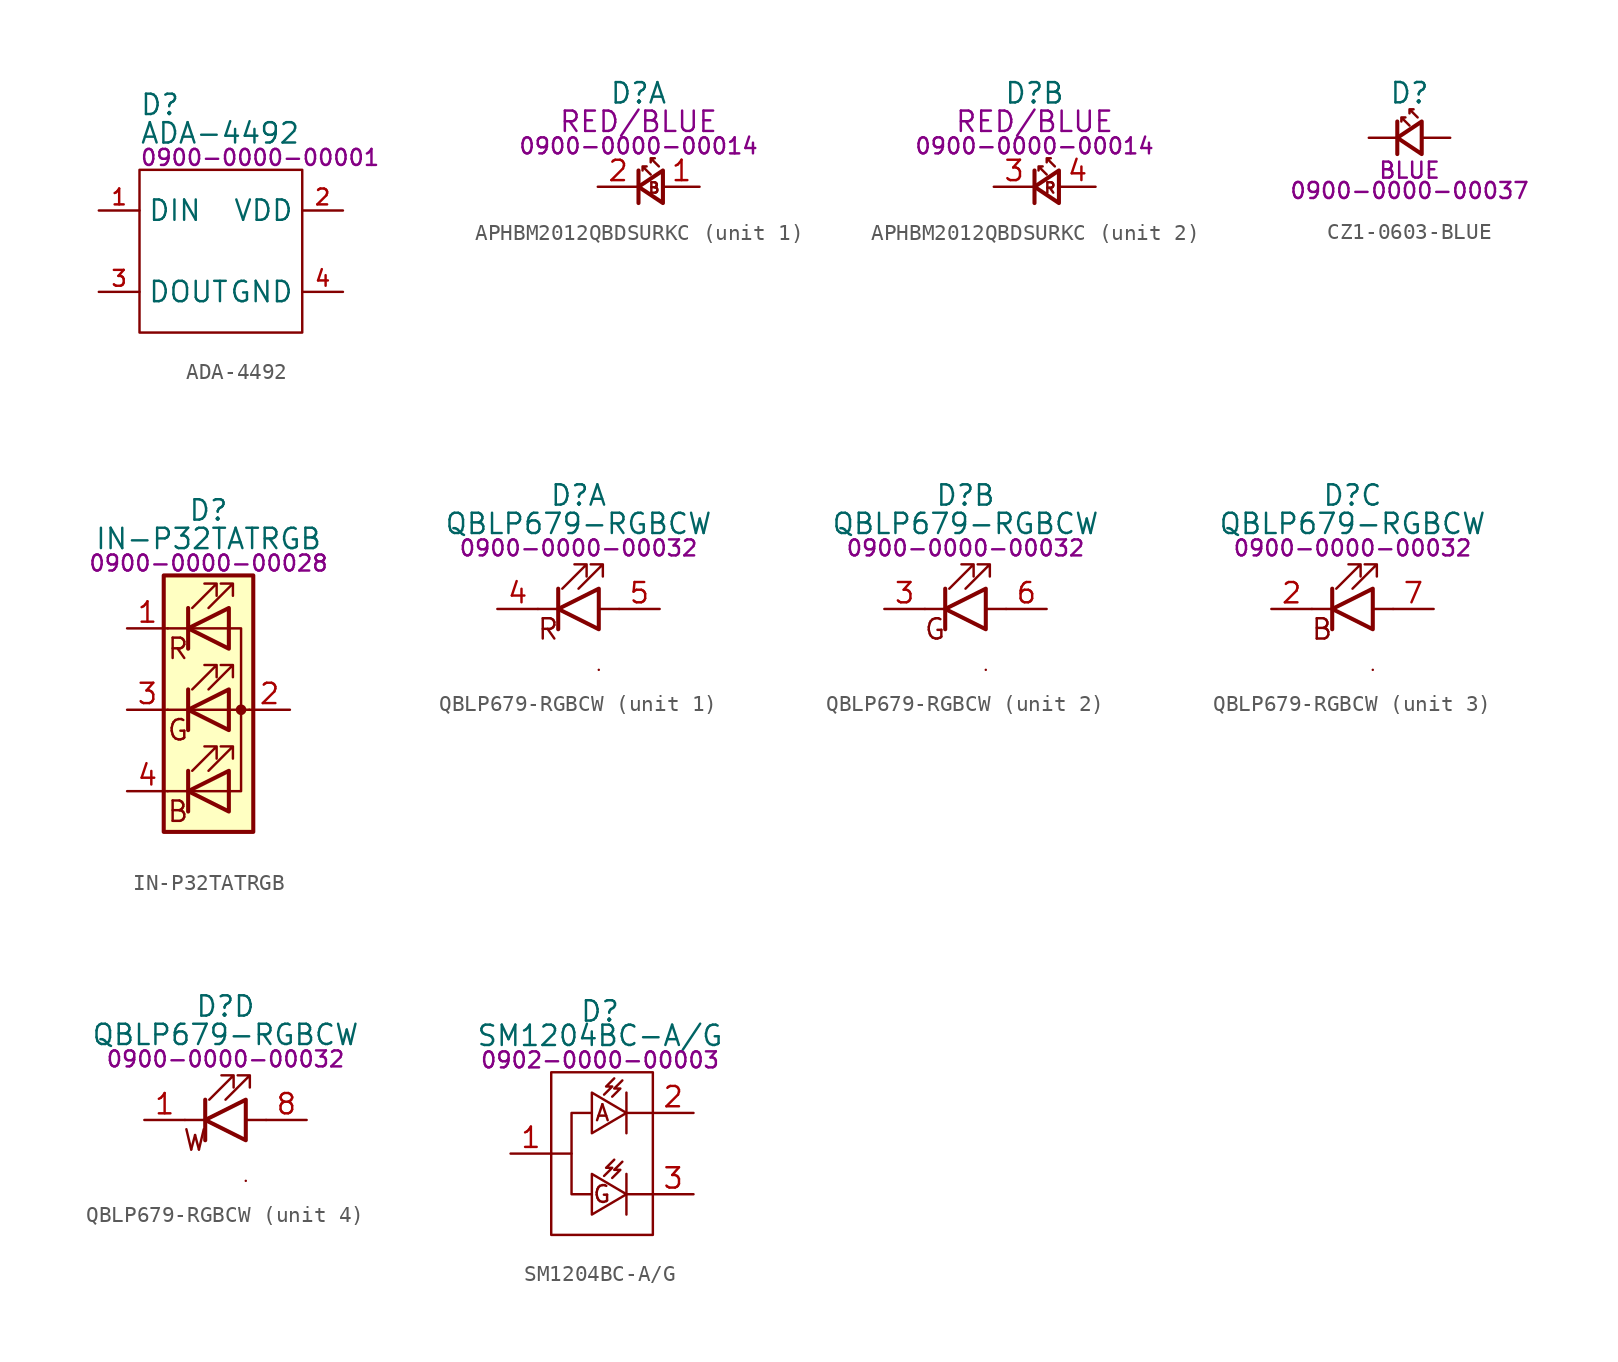
<source format=kicad_sym>
(kicad_symbol_lib
  (version 20231120)
  (generator "kicad_symbol_editor")
  (generator_version "8.0")
  (symbol "ADA-4492"
    (property "Reference" "D"
      (at 0 4.064 0)
      (effects (font (size 1.27 1.27)) (justify left)))
    (property "Value" "ADA-4492"
      (at 0 2.286 0)
      (effects (font (size 1.27 1.27)) (justify left)))
    (property "PartNumber" "0900-0000-00001"
      (at 0 0.762 0)
      (effects (font (size 1 1)) (justify left)))
    (symbol "ADA-4492_0_0"
      (pin input line (at -2.54 -2.54 0) (length 2.54) (name "DIN" (effects (font (size 1.27 1.27)))) (number "1" (effects (font (size 0.991 0.991)))))
      (pin power_in line (at 12.7 -2.54 180) (length 2.54) (name "VDD" (effects (font (size 1.27 1.27)))) (number "2" (effects (font (size 0.991 0.991)))))
      (pin output line (at -2.54 -7.62 0) (length 2.54) (name "DOUT" (effects (font (size 1.27 1.27)))) (number "3" (effects (font (size 0.991 0.991)))))
      (pin power_in line (at 12.7 -7.62 180) (length 2.54) (name "GND" (effects (font (size 1.27 1.27)))) (number "4" (effects (font (size 0.991 0.991))))))
    (symbol "ADA-4492_0_1"
      (rectangle (start 0 0) (end 10.16 -10.16) (stroke (width 0) (type default)) (fill (type none)))))
  (symbol "APHBM2012QBDSURKC"
    (property "Reference" "D"
      (at 0 5.842 0)
      (effects (font (size 1.27 1.27))))
    (property "Color" "RED/BLUE"
      (at 0 4.064 0)
      (effects (font (size 1.27 1.27))))
    (property "PartNumber" "0900-0000-00014"
      (at 0 2.54 0)
      (effects (font (size 1 1))))
    (property "ki_locked" ""
      (at 0 0 0)
      (effects (font (size 1.27 1.27))))
    (symbol "APHBM2012QBDSURKC_0_1"
      (polyline (pts (xy 0 -1.016) (xy 0 1.016)) (stroke (width 0.254) (type default)) (fill (type none)))
      (polyline (pts (xy 1.524 -1.016) (xy 0 0) (xy 1.524 1.016) (xy 1.524 -1.016)) (stroke (width 0.254) (type default)) (fill (type none)))
      (polyline (pts (xy 0.762 0.762) (xy 0.254 1.27) (xy 0.508 1.27) (xy 0.254 1.27) (xy 0.254 1.016)) (stroke (width 0) (type default)) (fill (type none)))
      (polyline (pts (xy 1.27 1.27) (xy 0.762 1.778) (xy 1.016 1.778) (xy 0.762 1.778) (xy 0.762 1.524)) (stroke (width 0) (type default)) (fill (type none))))
    (symbol "APHBM2012QBDSURKC_1_0"
      (pin passive line (at 3.81 0 180) (length 2.25) (name "B-A" (effects (font (size 0 0)))) (number "1" (effects (font (size 1.27 1.27)))))
      (pin passive line (at -2.54 0 0) (length 2.54) (name "B-K" (effects (font (size 0 0)))) (number "2" (effects (font (size 1.27 1.27))))))
    (symbol "APHBM2012QBDSURKC_1_1"
      (text "B" (at 1.397 -0.076 0) (effects (font (size 0.65 0.65)) (justify right))))
    (symbol "APHBM2012QBDSURKC_2_0"
      (pin passive line (at -2.54 0 0) (length 2.54) (name "R-K" (effects (font (size 0 0)))) (number "3" (effects (font (size 1.27 1.27)))))
      (pin passive line (at 3.81 0 180) (length 2.25) (name "R-A" (effects (font (size 0 0)))) (number "4" (effects (font (size 1.27 1.27))))))
    (symbol "APHBM2012QBDSURKC_2_1"
      (text "R" (at 1.397 -0.076 0) (effects (font (size 0.65 0.65)) (justify right)))))
  (symbol "CZ1-0603-BLUE"
    (pin_numbers hide)
    (pin_names hide)
    (property "Reference" "D"
      (at 0 2.794 0)
      (effects (font (size 1.27 1.27))))
    (property "PartNumber" "0900-0000-00037"
      (at 0 -3.302 0)
      (effects (font (size 1 1))))
    (property "Color" "BLUE"
      (at 0 -2.032 0)
      (effects (font (size 1 1))))
    (symbol "CZ1-0603-BLUE_0_1"
      (polyline (pts (xy -0.762 -1.016) (xy -0.762 1.016)) (stroke (width 0.254) (type default)) (fill (type none)))
      (polyline (pts (xy 0.762 -1.016) (xy -0.762 0) (xy 0.762 1.016) (xy 0.762 -1.016)) (stroke (width 0.254) (type default)) (fill (type none)))
      (polyline (pts (xy 0 0.762) (xy -0.508 1.27) (xy -0.254 1.27) (xy -0.508 1.27) (xy -0.508 1.016)) (stroke (width 0) (type default)) (fill (type none)))
      (polyline (pts (xy 0.508 1.27) (xy 0 1.778) (xy 0.254 1.778) (xy 0 1.778) (xy 0 1.524)) (stroke (width 0) (type default)) (fill (type none))))
    (symbol "CZ1-0603-BLUE_1_1"
      (pin passive line (at -2.54 0 0) (length 1.778) (name "K" (effects (font (size 1.27 1.27)))) (number "1" (effects (font (size 1.27 1.27)))))
      (pin passive line (at 2.54 0 180) (length 1.778) (name "A" (effects (font (size 1.27 1.27)))) (number "2" (effects (font (size 1.27 1.27)))))))
  (symbol "IN-P32TATRGB"
    (pin_names
      (offset 0) hide)
    (property "Reference" "D"
      (at 0 12.446 0)
      (effects (font (size 1.27 1.27))))
    (property "Value" "IN-P32TATRGB"
      (at 0 10.668 0)
      (effects (font (size 1.27 1.27))))
    (property "PartNumber" "0900-0000-00028"
      (at 0 9.144 0)
      (effects (font (size 1 1))))
    (symbol "IN-P32TATRGB_0_0"
      (text "B" (at -1.905 -6.35 0) (effects (font (size 1.27 1.27))))
      (text "G" (at -1.905 -1.27 0) (effects (font (size 1.27 1.27))))
      (text "R" (at -1.905 3.81 0) (effects (font (size 1.27 1.27)))))
    (symbol "IN-P32TATRGB_0_1"
      (polyline (pts (xy -1.27 -5.08) (xy -2.54 -5.08)) (stroke (width 0) (type default)) (fill (type none)))
      (polyline (pts (xy -1.27 -5.08) (xy 1.27 -5.08)) (stroke (width 0) (type default)) (fill (type none)))
      (polyline (pts (xy -1.27 -3.81) (xy -1.27 -6.35)) (stroke (width 0.254) (type default)) (fill (type none)))
      (polyline (pts (xy -1.27 0) (xy -2.54 0)) (stroke (width 0) (type default)) (fill (type none)))
      (polyline (pts (xy -1.27 1.27) (xy -1.27 -1.27)) (stroke (width 0.254) (type default)) (fill (type none)))
      (polyline (pts (xy -1.27 5.08) (xy -2.54 5.08)) (stroke (width 0) (type default)) (fill (type none)))
      (polyline (pts (xy -1.27 5.08) (xy 1.27 5.08)) (stroke (width 0) (type default)) (fill (type none)))
      (polyline (pts (xy -1.27 6.35) (xy -1.27 3.81)) (stroke (width 0.254) (type default)) (fill (type none)))
      (polyline (pts (xy 1.27 0) (xy -1.27 0)) (stroke (width 0) (type default)) (fill (type none)))
      (polyline (pts (xy 1.27 0) (xy 2.54 0)) (stroke (width 0) (type default)) (fill (type none)))
      (polyline (pts (xy -1.27 1.27) (xy -1.27 -1.27) (xy -1.27 -1.27)) (stroke (width 0) (type default)) (fill (type none)))
      (polyline (pts (xy -1.27 6.35) (xy -1.27 3.81) (xy -1.27 3.81)) (stroke (width 0) (type default)) (fill (type none)))
      (polyline (pts (xy 1.27 -5.08) (xy 2.032 -5.08) (xy 2.032 5.08) (xy 1.27 5.08)) (stroke (width 0) (type default)) (fill (type none)))
      (polyline (pts (xy 1.27 -3.81) (xy 1.27 -6.35) (xy -1.27 -5.08) (xy 1.27 -3.81)) (stroke (width 0.254) (type default)) (fill (type none)))
      (polyline (pts (xy 1.27 1.27) (xy 1.27 -1.27) (xy -1.27 0) (xy 1.27 1.27)) (stroke (width 0.254) (type default)) (fill (type none)))
      (polyline (pts (xy 1.27 6.35) (xy 1.27 3.81) (xy -1.27 5.08) (xy 1.27 6.35)) (stroke (width 0.254) (type default)) (fill (type none)))
      (polyline (pts (xy -1.016 -3.81) (xy 0.508 -2.286) (xy -0.254 -2.286) (xy 0.508 -2.286) (xy 0.508 -3.048)) (stroke (width 0) (type default)) (fill (type none)))
      (polyline (pts (xy -1.016 1.27) (xy 0.508 2.794) (xy -0.254 2.794) (xy 0.508 2.794) (xy 0.508 2.032)) (stroke (width 0) (type default)) (fill (type none)))
      (polyline (pts (xy -1.016 6.35) (xy 0.508 7.874) (xy -0.254 7.874) (xy 0.508 7.874) (xy 0.508 7.112)) (stroke (width 0) (type default)) (fill (type none)))
      (polyline (pts (xy 0 -3.81) (xy 1.524 -2.286) (xy 0.762 -2.286) (xy 1.524 -2.286) (xy 1.524 -3.048)) (stroke (width 0) (type default)) (fill (type none)))
      (polyline (pts (xy 0 1.27) (xy 1.524 2.794) (xy 0.762 2.794) (xy 1.524 2.794) (xy 1.524 2.032)) (stroke (width 0) (type default)) (fill (type none)))
      (polyline (pts (xy 0 6.35) (xy 1.524 7.874) (xy 0.762 7.874) (xy 1.524 7.874) (xy 1.524 7.112)) (stroke (width 0) (type default)) (fill (type none)))
      (rectangle (start 1.27 -1.27) (end 1.27 1.27) (stroke (width 0) (type default)) (fill (type none)))
      (rectangle (start 1.27 1.27) (end 1.27 1.27) (stroke (width 0) (type default)) (fill (type none)))
      (rectangle (start 1.27 3.81) (end 1.27 6.35) (stroke (width 0) (type default)) (fill (type none)))
      (rectangle (start 1.27 6.35) (end 1.27 6.35) (stroke (width 0) (type default)) (fill (type none)))
      (circle (center 2.032 0) (radius 0.254) (stroke (width 0) (type default)) (fill (type outline)))
      (rectangle (start 2.794 8.382) (end -2.794 -7.62) (stroke (width 0.254) (type default)) (fill (type background))))
    (symbol "IN-P32TATRGB_1_1"
      (pin passive line (at -5.08 5.08 0) (length 2.54) (name "RK" (effects (font (size 1.27 1.27)))) (number "1" (effects (font (size 1.27 1.27)))))
      (pin passive line (at 5.08 0 180) (length 2.54) (name "GK" (effects (font (size 1.27 1.27)))) (number "2" (effects (font (size 1.27 1.27)))))
      (pin passive line (at -5.08 0 0) (length 2.54) (name "BK" (effects (font (size 1.27 1.27)))) (number "3" (effects (font (size 1.27 1.27)))))
      (pin passive line (at -5.08 -5.08 0) (length 2.54) (name "A" (effects (font (size 1.27 1.27)))) (number "4" (effects (font (size 1.27 1.27)))))))
  (symbol "QBLP679-RGBCW"
    (pin_names
      (offset 0) hide)
    (property "Reference" "D"
      (at 0 7.112 0)
      (effects (font (size 1.27 1.27))))
    (property "Value" "QBLP679-RGBCW"
      (at 0 5.334 0)
      (effects (font (size 1.27 1.27))))
    (property "PartNumber" "0900-0000-00032"
      (at 0 3.81 0)
      (effects (font (size 1 1))))
    (property "ki_locked" ""
      (at 0 0 0)
      (effects (font (size 1.27 1.27))))
    (symbol "QBLP679-RGBCW_0_1"
      (rectangle (start 1.27 -3.81) (end 1.27 -3.81) (stroke (width 0) (type default)) (fill (type none)))
      (rectangle (start 1.27 1.27) (end 1.27 1.27) (stroke (width 0) (type default)) (fill (type none))))
    (symbol "QBLP679-RGBCW_1_0"
      (pin passive line (at -5.08 0 0) (length 2.54) (name "RK" (effects (font (size 0 0)))) (number "4" (effects (font (size 1.27 1.27)))))
      (pin passive line (at 5.08 0 180) (length 2.54) (name "RA" (effects (font (size 0 0)))) (number "5" (effects (font (size 1.27 1.27))))))
    (symbol "QBLP679-RGBCW_1_1"
      (polyline (pts (xy -1.27 0) (xy -2.54 0)) (stroke (width 0) (type default)) (fill (type none)))
      (polyline (pts (xy -1.27 1.27) (xy -1.27 -1.27)) (stroke (width 0.254) (type default)) (fill (type none)))
      (polyline (pts (xy 2.54 0) (xy 1.27 0)) (stroke (width 0) (type default)) (fill (type none)))
      (polyline (pts (xy 1.27 1.27) (xy 1.27 -1.27) (xy -1.27 0) (xy 1.27 1.27)) (stroke (width 0.254) (type default)) (fill (type none)))
      (polyline (pts (xy -1.016 1.27) (xy 0.508 2.794) (xy -0.254 2.794) (xy 0.508 2.794) (xy 0.508 2.032)) (stroke (width 0) (type default)) (fill (type none)))
      (polyline (pts (xy 0 1.27) (xy 1.524 2.794) (xy 0.762 2.794) (xy 1.524 2.794) (xy 1.524 2.032)) (stroke (width 0) (type default)) (fill (type none)))
      (text "R" (at -1.905 -1.27 0) (effects (font (size 1.27 1.27)))))
    (symbol "QBLP679-RGBCW_2_0"
      (pin passive line (at -5.08 0 0) (length 2.54) (name "GK" (effects (font (size 0 0)))) (number "3" (effects (font (size 1.27 1.27)))))
      (pin passive line (at 5.08 0 180) (length 2.54) (name "GA" (effects (font (size 0 0)))) (number "6" (effects (font (size 1.27 1.27))))))
    (symbol "QBLP679-RGBCW_2_1"
      (polyline (pts (xy -1.27 0) (xy -2.54 0)) (stroke (width 0) (type default)) (fill (type none)))
      (polyline (pts (xy -1.27 1.27) (xy -1.27 -1.27)) (stroke (width 0.254) (type default)) (fill (type none)))
      (polyline (pts (xy 2.54 0) (xy 1.27 0)) (stroke (width 0) (type default)) (fill (type none)))
      (polyline (pts (xy 1.27 1.27) (xy 1.27 -1.27) (xy -1.27 0) (xy 1.27 1.27)) (stroke (width 0.254) (type default)) (fill (type none)))
      (polyline (pts (xy -1.016 1.27) (xy 0.508 2.794) (xy -0.254 2.794) (xy 0.508 2.794) (xy 0.508 2.032)) (stroke (width 0) (type default)) (fill (type none)))
      (polyline (pts (xy 0 1.27) (xy 1.524 2.794) (xy 0.762 2.794) (xy 1.524 2.794) (xy 1.524 2.032)) (stroke (width 0) (type default)) (fill (type none)))
      (text "G" (at -1.905 -1.27 0) (effects (font (size 1.27 1.27)))))
    (symbol "QBLP679-RGBCW_3_0"
      (pin passive line (at -5.08 0 0) (length 2.54) (name "BK" (effects (font (size 0 0)))) (number "2" (effects (font (size 1.27 1.27)))))
      (pin passive line (at 5.08 0 180) (length 2.54) (name "BA" (effects (font (size 0 0)))) (number "7" (effects (font (size 1.27 1.27))))))
    (symbol "QBLP679-RGBCW_3_1"
      (polyline (pts (xy -1.27 0) (xy -2.54 0)) (stroke (width 0) (type default)) (fill (type none)))
      (polyline (pts (xy -1.27 1.27) (xy -1.27 -1.27)) (stroke (width 0.254) (type default)) (fill (type none)))
      (polyline (pts (xy 2.54 0) (xy 1.27 0)) (stroke (width 0) (type default)) (fill (type none)))
      (polyline (pts (xy 1.27 1.27) (xy 1.27 -1.27) (xy -1.27 0) (xy 1.27 1.27)) (stroke (width 0.254) (type default)) (fill (type none)))
      (polyline (pts (xy -1.016 1.27) (xy 0.508 2.794) (xy -0.254 2.794) (xy 0.508 2.794) (xy 0.508 2.032)) (stroke (width 0) (type default)) (fill (type none)))
      (polyline (pts (xy 0 1.27) (xy 1.524 2.794) (xy 0.762 2.794) (xy 1.524 2.794) (xy 1.524 2.032)) (stroke (width 0) (type default)) (fill (type none)))
      (text "B" (at -1.905 -1.27 0) (effects (font (size 1.27 1.27)))))
    (symbol "QBLP679-RGBCW_4_0"
      (pin passive line (at -5.08 0 0) (length 2.54) (name "WK" (effects (font (size 0 0)))) (number "1" (effects (font (size 1.27 1.27)))))
      (pin passive line (at 5.08 0 180) (length 2.54) (name "WA" (effects (font (size 0 0)))) (number "8" (effects (font (size 1.27 1.27))))))
    (symbol "QBLP679-RGBCW_4_1"
      (polyline (pts (xy -1.27 0) (xy -2.54 0)) (stroke (width 0) (type default)) (fill (type none)))
      (polyline (pts (xy -1.27 1.27) (xy -1.27 -1.27)) (stroke (width 0.254) (type default)) (fill (type none)))
      (polyline (pts (xy 2.54 0) (xy 1.27 0)) (stroke (width 0) (type default)) (fill (type none)))
      (polyline (pts (xy 1.27 1.27) (xy 1.27 -1.27) (xy -1.27 0) (xy 1.27 1.27)) (stroke (width 0.254) (type default)) (fill (type none)))
      (polyline (pts (xy -1.016 1.27) (xy 0.508 2.794) (xy -0.254 2.794) (xy 0.508 2.794) (xy 0.508 2.032)) (stroke (width 0) (type default)) (fill (type none)))
      (polyline (pts (xy 0 1.27) (xy 1.524 2.794) (xy 0.762 2.794) (xy 1.524 2.794) (xy 1.524 2.032)) (stroke (width 0) (type default)) (fill (type none)))
      (text "W" (at -1.905 -1.27 0) (effects (font (size 1.27 1.27))))))
  (symbol "SM1204BC-A/G"
    (property "Reference" "D"
      (at 3.048 8.89 0)
      (effects (font (size 1.27 1.27))))
    (property "Value" "SM1204BC-A{slash}G"
      (at 3.048 7.366 0)
      (effects (font (size 1.27 1.27))))
    (property "PartNumber" "0902-0000-00003"
      (at 3.048 5.842 0)
      (effects (font (size 1 1))))
    (symbol "SM1204BC-A/G_0_0"
      (polyline (pts (xy 4.699 -1.27) (xy 4.699 -3.81)) (stroke (width 0) (type default)) (fill (type none)))
      (polyline (pts (xy 4.699 3.81) (xy 4.699 1.27)) (stroke (width 0) (type default)) (fill (type none)))
      (rectangle (start 0 5.08) (end 6.35 -5.08) (stroke (width 0) (type default)) (fill (type none)))
      (text "A" (at 2.667 2.54 0) (effects (font (size 1 1)) (justify left)))
      (text "G" (at 2.54 -2.54 0) (effects (font (size 1.05 1.05)) (justify left)))
      (pin passive line (at -2.54 0 0) (length 2.54) (name "~" (effects (font (size 1.27 1.27)))) (number "1" (effects (font (size 1.27 1.27)))))
      (pin passive line (at 8.89 2.54 180) (length 2.54) (name "~" (effects (font (size 1.27 1.27)))) (number "2" (effects (font (size 1.27 1.27)))))
      (pin passive line (at 8.89 -2.54 180) (length 2.54) (name "~" (effects (font (size 1.27 1.27)))) (number "3" (effects (font (size 1.27 1.27))))))
    (symbol "SM1204BC-A/G_0_1"
      (polyline (pts (xy 6.35 -2.54) (xy 4.699 -2.54)) (stroke (width 0) (type default)) (fill (type none)))
      (polyline (pts (xy 6.35 2.54) (xy 4.699 2.54)) (stroke (width 0) (type default)) (fill (type none)))
      (polyline (pts (xy 1.27 0) (xy 1.27 -2.54) (xy 2.54 -2.54)) (stroke (width 0) (type default)) (fill (type none)))
      (polyline (pts (xy 0 0) (xy 1.27 0) (xy 1.27 2.54) (xy 2.54 2.54)) (stroke (width 0) (type default)) (fill (type none)))
      (polyline (pts (xy 3.302 -1.397) (xy 3.81 -0.889) (xy 3.429 -0.889) (xy 3.937 -0.381)) (stroke (width 0) (type default)) (fill (type none)))
      (polyline (pts (xy 3.302 3.683) (xy 3.81 4.191) (xy 3.429 4.191) (xy 3.937 4.699)) (stroke (width 0) (type default)) (fill (type none)))
      (polyline (pts (xy 3.81 -1.524) (xy 4.318 -1.016) (xy 3.937 -1.016) (xy 4.445 -0.508)) (stroke (width 0) (type default)) (fill (type none)))
      (polyline (pts (xy 3.81 3.556) (xy 4.318 4.064) (xy 3.937 4.064) (xy 4.445 4.572)) (stroke (width 0) (type default)) (fill (type none)))
      (polyline (pts (xy 2.54 -2.54) (xy 2.54 -1.27) (xy 4.699 -2.54) (xy 2.54 -3.81) (xy 2.54 -2.54)) (stroke (width 0) (type default)) (fill (type none)))
      (polyline (pts (xy 2.54 2.54) (xy 2.54 3.81) (xy 4.699 2.54) (xy 2.54 1.27) (xy 2.54 2.54)) (stroke (width 0) (type default)) (fill (type none))))))
</source>
